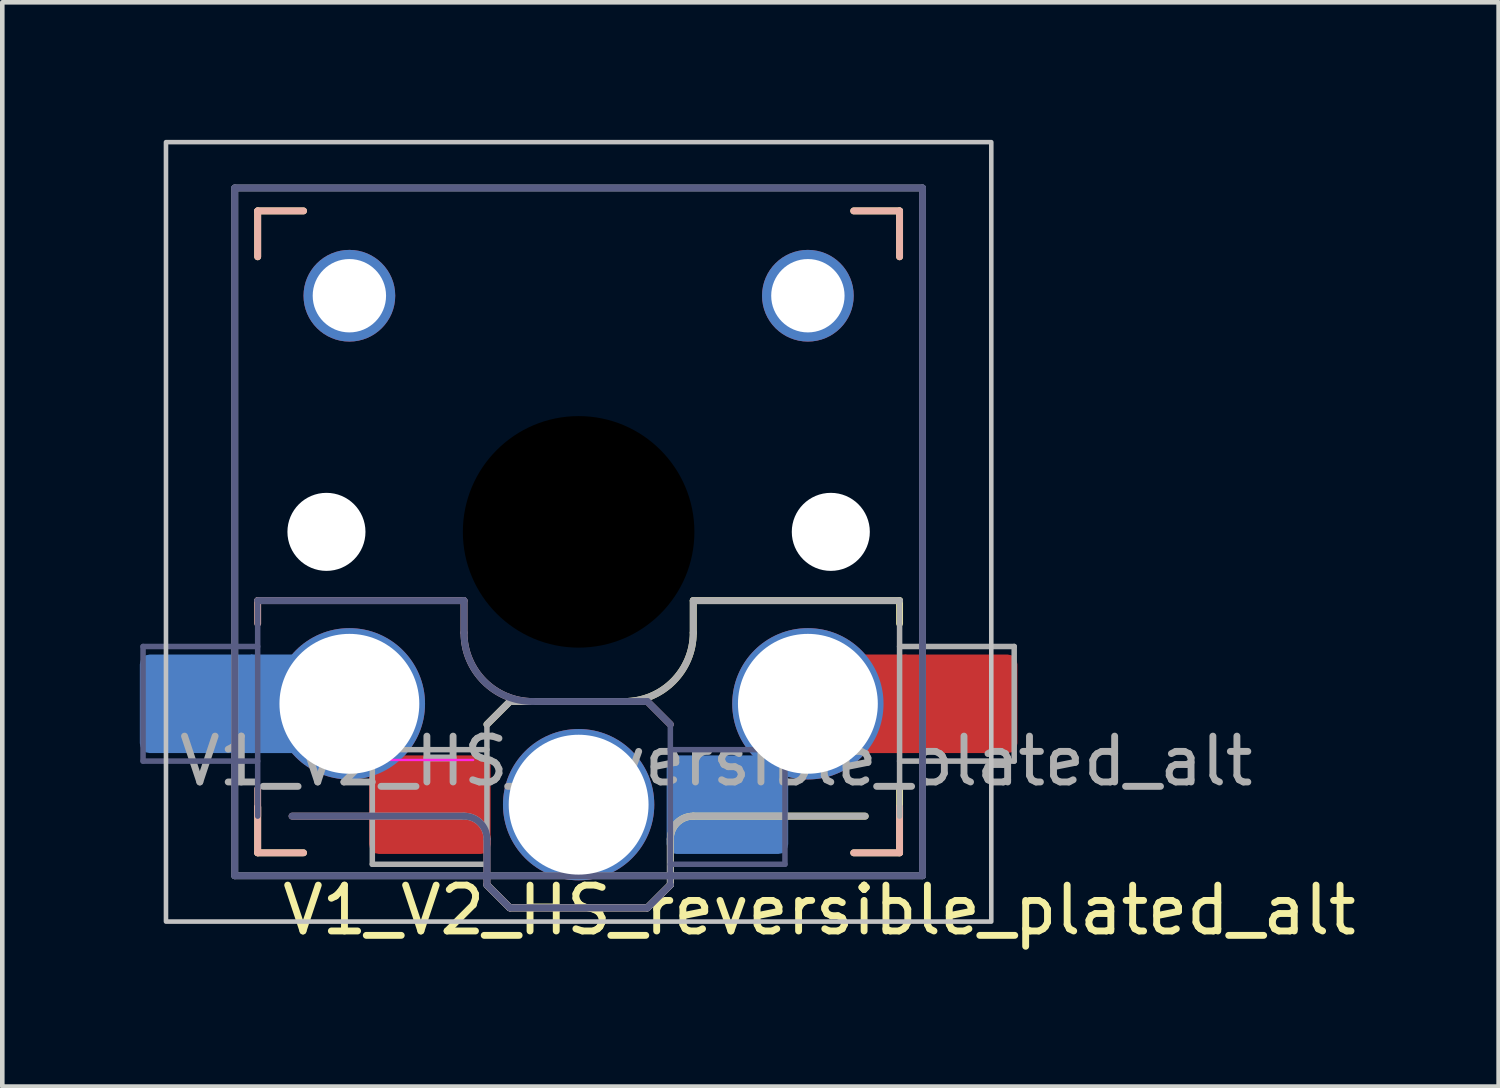
<source format=kicad_pcb>
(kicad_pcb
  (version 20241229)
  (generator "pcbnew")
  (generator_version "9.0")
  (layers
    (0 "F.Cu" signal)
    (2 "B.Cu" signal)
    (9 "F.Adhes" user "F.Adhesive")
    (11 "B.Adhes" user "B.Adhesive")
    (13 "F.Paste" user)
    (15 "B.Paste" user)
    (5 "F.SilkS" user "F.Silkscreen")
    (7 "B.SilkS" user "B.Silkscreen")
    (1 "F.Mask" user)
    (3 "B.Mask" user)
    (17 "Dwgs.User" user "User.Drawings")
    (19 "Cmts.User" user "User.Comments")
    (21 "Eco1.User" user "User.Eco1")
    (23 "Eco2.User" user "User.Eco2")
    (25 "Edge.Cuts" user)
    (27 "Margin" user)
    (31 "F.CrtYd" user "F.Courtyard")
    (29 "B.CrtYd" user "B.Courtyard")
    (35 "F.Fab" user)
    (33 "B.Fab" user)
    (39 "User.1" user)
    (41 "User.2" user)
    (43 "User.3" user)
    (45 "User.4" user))
  (footprint "V1_V2_HS_reversible_plated_alt"
    (layer "F.Cu")
    (at 9.57 8.55)
    (property "Reference" "V1_V2_HS_reversible_plated_alt" (at 5.25 8.25 0) (layer "F.SilkS") (effects (font (size 1 1) (thickness 0.15))))
    (attr smd)
    (fp_line (start -7 -7) (end -6 -7) (stroke (width 0.15) (type solid)) (layer "F.SilkS"))
    (fp_line (start -7 -6) (end -7 -7) (stroke (width 0.15) (type solid)) (layer "F.SilkS"))
    (fp_line (start -7 7) (end -7 6) (stroke (width 0.15) (type solid)) (layer "F.SilkS"))
    (fp_line (start -6 7) (end -7 7) (stroke (width 0.15) (type solid)) (layer "F.SilkS"))
    (fp_line (start -2 4.2) (end -1.5 3.7) (stroke (width 0.15) (type solid)) (layer "F.SilkS"))
    (fp_line (start -2 7.7) (end -1.5 8.2) (stroke (width 0.15) (type solid)) (layer "F.SilkS"))
    (fp_line (start -1.5 3.7) (end 1 3.7) (stroke (width 0.15) (type solid)) (layer "F.SilkS"))
    (fp_line (start -1.5 8.2) (end 1.5 8.2) (stroke (width 0.15) (type solid)) (layer "F.SilkS"))
    (fp_line (start 1.5 8.2) (end 2 7.7) (stroke (width 0.15) (type solid)) (layer "F.SilkS"))
    (fp_line (start 2 6.7) (end 2 7.7) (stroke (width 0.15) (type solid)) (layer "F.SilkS"))
    (fp_line (start 2.5 1.5) (end 7 1.5) (stroke (width 0.15) (type solid)) (layer "F.SilkS"))
    (fp_line (start 2.5 2.2) (end 2.5 1.5) (stroke (width 0.15) (type solid)) (layer "F.SilkS"))
    (fp_line (start 6 -7) (end 7 -7) (stroke (width 0.15) (type solid)) (layer "F.SilkS"))
    (fp_line (start 6.25 6.2) (end 2.5 6.2) (stroke (width 0.15) (type solid)) (layer "F.SilkS"))
    (fp_line (start 7 -7) (end 7 -6) (stroke (width 0.15) (type solid)) (layer "F.SilkS"))
    (fp_line (start 7 1.5) (end 7 2) (stroke (width 0.15) (type solid)) (layer "F.SilkS"))
    (fp_line (start 7 5.6) (end 7 6.2) (stroke (width 0.15) (type solid)) (layer "F.SilkS"))
    (fp_line (start 7 6) (end 7 7) (stroke (width 0.15) (type solid)) (layer "F.SilkS"))
    (fp_line (start 7 7) (end 6 7) (stroke (width 0.15) (type solid)) (layer "F.SilkS"))
    (fp_arc (start 2 6.7) (mid 2.146447 6.346447) (end 2.5 6.2) (stroke (width 0.15) (type solid)) (layer "F.SilkS"))
    (fp_arc (start 2.5 2.2) (mid 2.06066 3.26066) (end 1 3.7) (stroke (width 0.15) (type solid)) (layer "F.SilkS"))
    (fp_line (start -7 -7) (end -6 -7) (stroke (width 0.15) (type solid)) (layer "B.SilkS"))
    (fp_line (start -7 -6) (end -7 -7) (stroke (width 0.15) (type solid)) (layer "B.SilkS"))
    (fp_line (start -7 1.5) (end -7 2) (stroke (width 0.15) (type solid)) (layer "B.SilkS"))
    (fp_line (start -7 5.6) (end -7 6.2) (stroke (width 0.15) (type solid)) (layer "B.SilkS"))
    (fp_line (start -7 7) (end -7 6) (stroke (width 0.15) (type solid)) (layer "B.SilkS"))
    (fp_line (start -6.25 6.2) (end -2.5 6.2) (stroke (width 0.15) (type solid)) (layer "B.SilkS"))
    (fp_line (start -6 7) (end -7 7) (stroke (width 0.15) (type solid)) (layer "B.SilkS"))
    (fp_line (start -2.5 1.5) (end -7 1.5) (stroke (width 0.15) (type solid)) (layer "B.SilkS"))
    (fp_line (start -2.5 2.2) (end -2.5 1.5) (stroke (width 0.15) (type solid)) (layer "B.SilkS"))
    (fp_line (start -2 6.7) (end -2 7.7) (stroke (width 0.15) (type solid)) (layer "B.SilkS"))
    (fp_line (start -1.5 8.2) (end -2 7.7) (stroke (width 0.15) (type solid)) (layer "B.SilkS"))
    (fp_line (start 1.5 3.7) (end -1 3.7) (stroke (width 0.15) (type solid)) (layer "B.SilkS"))
    (fp_line (start 1.5 8.2) (end -1.5 8.2) (stroke (width 0.15) (type solid)) (layer "B.SilkS"))
    (fp_line (start 2 4.2) (end 1.5 3.7) (stroke (width 0.15) (type solid)) (layer "B.SilkS"))
    (fp_line (start 2 7.7) (end 1.5 8.2) (stroke (width 0.15) (type solid)) (layer "B.SilkS"))
    (fp_line (start 6 -7) (end 7 -7) (stroke (width 0.15) (type solid)) (layer "B.SilkS"))
    (fp_line (start 7 -7) (end 7 -6) (stroke (width 0.15) (type solid)) (layer "B.SilkS"))
    (fp_line (start 7 6) (end 7 7) (stroke (width 0.15) (type solid)) (layer "B.SilkS"))
    (fp_line (start 7 7) (end 6 7) (stroke (width 0.15) (type solid)) (layer "B.SilkS"))
    (fp_arc (start -2.5 6.2) (mid -2.146447 6.346447) (end -2 6.7) (stroke (width 0.15) (type solid)) (layer "B.SilkS"))
    (fp_arc (start -1 3.7) (mid -2.06066 3.26066) (end -2.5 2.2) (stroke (width 0.15) (type solid)) (layer "B.SilkS"))
    (fp_rect (start -9 -8.5) (end 9 8.5) (stroke (width 0.1) (type default)) (fill no) (layer "Dwgs.User"))
    (fp_line (start -6.9 6.9) (end -6.9 -6.9) (stroke (width 0.15) (type solid)) (layer "Eco2.User"))
    (fp_line (start -6.9 6.9) (end 6.9 6.9) (stroke (width 0.15) (type solid)) (layer "Eco2.User"))
    (fp_line (start -2.6 -3.1) (end -2.6 -6.3) (stroke (width 0.15) (type solid)) (layer "Eco2.User"))
    (fp_line (start -2.6 -3.1) (end 2.6 -3.1) (stroke (width 0.15) (type solid)) (layer "Eco2.User"))
    (fp_line (start 2.6 -6.3) (end -2.6 -6.3) (stroke (width 0.15) (type solid)) (layer "Eco2.User"))
    (fp_line (start 2.6 -3.1) (end 2.6 -6.3) (stroke (width 0.15) (type solid)) (layer "Eco2.User"))
    (fp_line (start 6.9 -6.9) (end -6.9 -6.9) (stroke (width 0.15) (type solid)) (layer "Eco2.User"))
    (fp_line (start 6.9 -6.9) (end 6.9 6.9) (stroke (width 0.15) (type solid)) (layer "Eco2.User"))
    (fp_line (start -4.104 4.975) (end -2.3 4.975) (stroke (width 0.05) (type solid)) (layer "F.CrtYd"))
    (fp_line (start -9.5 2.5) (end -7 2.5) (stroke (width 0.12) (type solid)) (layer "B.Fab"))
    (fp_line (start -9.5 5) (end -9.5 2.5) (stroke (width 0.12) (type solid)) (layer "B.Fab"))
    (fp_line (start -7.5 -7.5) (end 7.5 -7.5) (stroke (width 0.15) (type solid)) (layer "B.Fab"))
    (fp_line (start -7.5 7.5) (end -7.5 -7.5) (stroke (width 0.15) (type solid)) (layer "B.Fab"))
    (fp_line (start -7 1.5) (end -7 6.2) (stroke (width 0.12) (type solid)) (layer "B.Fab"))
    (fp_line (start -7 5) (end -9.5 5) (stroke (width 0.12) (type solid)) (layer "B.Fab"))
    (fp_line (start -6.25 6.2) (end -2.5 6.2) (stroke (width 0.15) (type solid)) (layer "B.Fab"))
    (fp_line (start -2.5 1.5) (end -7 1.5) (stroke (width 0.15) (type solid)) (layer "B.Fab"))
    (fp_line (start -2.5 2.2) (end -2.5 1.5) (stroke (width 0.15) (type solid)) (layer "B.Fab"))
    (fp_line (start -2 6.7) (end -2 7.7) (stroke (width 0.15) (type solid)) (layer "B.Fab"))
    (fp_line (start -1.5 8.2) (end -2 7.7) (stroke (width 0.15) (type solid)) (layer "B.Fab"))
    (fp_line (start 1.5 3.7) (end -1 3.7) (stroke (width 0.15) (type solid)) (layer "B.Fab"))
    (fp_line (start 1.5 8.2) (end -1.5 8.2) (stroke (width 0.15) (type solid)) (layer "B.Fab"))
    (fp_line (start 2 4.2) (end 1.5 3.7) (stroke (width 0.15) (type solid)) (layer "B.Fab"))
    (fp_line (start 2 4.25) (end 2 7.7) (stroke (width 0.12) (type solid)) (layer "B.Fab"))
    (fp_line (start 2 4.75) (end 4.5 4.75) (stroke (width 0.12) (type solid)) (layer "B.Fab"))
    (fp_line (start 2 7.7) (end 1.5 8.2) (stroke (width 0.15) (type solid)) (layer "B.Fab"))
    (fp_line (start 4.5 4.75) (end 4.5 7.25) (stroke (width 0.12) (type solid)) (layer "B.Fab"))
    (fp_line (start 4.5 7.25) (end 2 7.25) (stroke (width 0.12) (type solid)) (layer "B.Fab"))
    (fp_line (start 7.5 -7.5) (end 7.5 7.5) (stroke (width 0.15) (type solid)) (layer "B.Fab"))
    (fp_line (start 7.5 7.5) (end -7.5 7.5) (stroke (width 0.15) (type solid)) (layer "B.Fab"))
    (fp_arc (start -2.5 6.2) (mid -2.146447 6.346447) (end -2 6.7) (stroke (width 0.15) (type solid)) (layer "B.Fab"))
    (fp_arc (start -1 3.7) (mid -2.06066 3.26066) (end -2.5 2.2) (stroke (width 0.15) (type solid)) (layer "B.Fab"))
    (fp_line (start -7.5 -7.5) (end 7.5 -7.5) (stroke (width 0.15) (type solid)) (layer "F.Fab"))
    (fp_line (start -7.5 7.5) (end -7.5 -7.5) (stroke (width 0.15) (type solid)) (layer "F.Fab"))
    (fp_line (start -4.5 4.75) (end -4.5 7.25) (stroke (width 0.12) (type solid)) (layer "F.Fab"))
    (fp_line (start -4.5 7.25) (end -2 7.25) (stroke (width 0.12) (type solid)) (layer "F.Fab"))
    (fp_line (start -2 4.2) (end -1.5 3.7) (stroke (width 0.15) (type solid)) (layer "F.Fab"))
    (fp_line (start -2 4.25) (end -2 7.7) (stroke (width 0.12) (type solid)) (layer "F.Fab"))
    (fp_line (start -2 4.75) (end -4.5 4.75) (stroke (width 0.12) (type solid)) (layer "F.Fab"))
    (fp_line (start -2 7.7) (end -1.5 8.2) (stroke (width 0.15) (type solid)) (layer "F.Fab"))
    (fp_line (start -1.5 3.7) (end 1 3.7) (stroke (width 0.15) (type solid)) (layer "F.Fab"))
    (fp_line (start -1.5 8.2) (end 1.5 8.2) (stroke (width 0.15) (type solid)) (layer "F.Fab"))
    (fp_line (start 1.5 8.2) (end 2 7.7) (stroke (width 0.15) (type solid)) (layer "F.Fab"))
    (fp_line (start 2 6.7) (end 2 7.7) (stroke (width 0.15) (type solid)) (layer "F.Fab"))
    (fp_line (start 2.5 1.5) (end 7 1.5) (stroke (width 0.15) (type solid)) (layer "F.Fab"))
    (fp_line (start 2.5 2.2) (end 2.5 1.5) (stroke (width 0.15) (type solid)) (layer "F.Fab"))
    (fp_line (start 6.25 6.2) (end 2.5 6.2) (stroke (width 0.15) (type solid)) (layer "F.Fab"))
    (fp_line (start 7 1.5) (end 7 6.2) (stroke (width 0.12) (type solid)) (layer "F.Fab"))
    (fp_line (start 7 5) (end 9.5 5) (stroke (width 0.12) (type solid)) (layer "F.Fab"))
    (fp_line (start 7.5 -7.5) (end 7.5 7.5) (stroke (width 0.15) (type solid)) (layer "F.Fab"))
    (fp_line (start 7.5 7.5) (end -7.5 7.5) (stroke (width 0.15) (type solid)) (layer "F.Fab"))
    (fp_line (start 9.5 2.5) (end 7 2.5) (stroke (width 0.12) (type solid)) (layer "F.Fab"))
    (fp_line (start 9.5 5) (end 9.5 2.5) (stroke (width 0.12) (type solid)) (layer "F.Fab"))
    (fp_arc (start 2 6.7) (mid 2.146447 6.346447) (end 2.5 6.2) (stroke (width 0.15) (type solid)) (layer "F.Fab"))
    (fp_arc (start 2.5 2.2) (mid 2.06066 3.26066) (end 1 3.7) (stroke (width 0.15) (type solid)) (layer "F.Fab"))
    (fp_text user "${REFERENCE}" (at 3 5 180) (layer "F.Fab") (effects (font (size 1 1) (thickness 0.15))))
    (pad "" np_thru_hole circle (at -5.5 0) (size 1.702 1.702) (drill 1.702) (layers "*.Cu" "*.Mask"))
    (pad "" np_thru_hole circle (at 0 0) (size 5.05 5.05) (drill 5.05) (layers "*.Mask"))
    (pad "" thru_hole circle (at 0 5.95) (size 3.3 3.3) (drill 3.05) (layers "*.Cu" "*.Mask"))
    (pad "" np_thru_hole circle (at 5.5 0) (size 1.702 1.702) (drill 1.702) (layers "*.Cu" "*.Mask"))
    (pad "1" thru_hole circle (at -5 -5.15 180) (size 2 2) (drill 1.6) (layers "*.Cu"))
    (pad "1" smd roundrect (at 3.245 5.95) (size 2.65 2.15) (layers "B.Cu" "B.Mask" "B.Paste") (roundrect_rratio 0.1))
    (pad "1" thru_hole circle (at 5 3.75) (size 3.3 3.3) (drill 3.05) (layers "*.Cu" "F.Mask"))
    (pad "1" smd rect (at 6.55 3.75) (size 1.2 2.15) (layers "F.Cu"))
    (pad "1" smd roundrect (at 8.245 3.75) (size 2.65 2.15) (layers "F.Cu" "F.Mask" "F.Paste") (roundrect_rratio 0.1))
    (pad "2" smd roundrect (at -8.245 3.75) (size 2.65 2.15) (layers "B.Cu" "B.Mask" "B.Paste") (roundrect_rratio 0.1))
    (pad "2" smd rect (at -6.55 3.75) (size 1.2 2.15) (layers "B.Cu"))
    (pad "2" thru_hole circle (at -5 3.75) (size 3.3 3.3) (drill 3.05) (layers "*.Cu" "B.Mask"))
    (pad "2" smd roundrect (at -3.245 5.95) (size 2.65 2.15) (layers "F.Cu" "F.Mask" "F.Paste") (roundrect_rratio 0.1))
    (pad "3" thru_hole circle (at 5 -5.15 180) (size 2 2) (drill 1.6) (layers "*.Cu")))
  (gr_rect
    (start -3 -3)
    (end 29.635 20.648)
    (stroke (width 0.1) (type default))
    (fill no)
    (layer "Edge.Cuts")))
</source>
